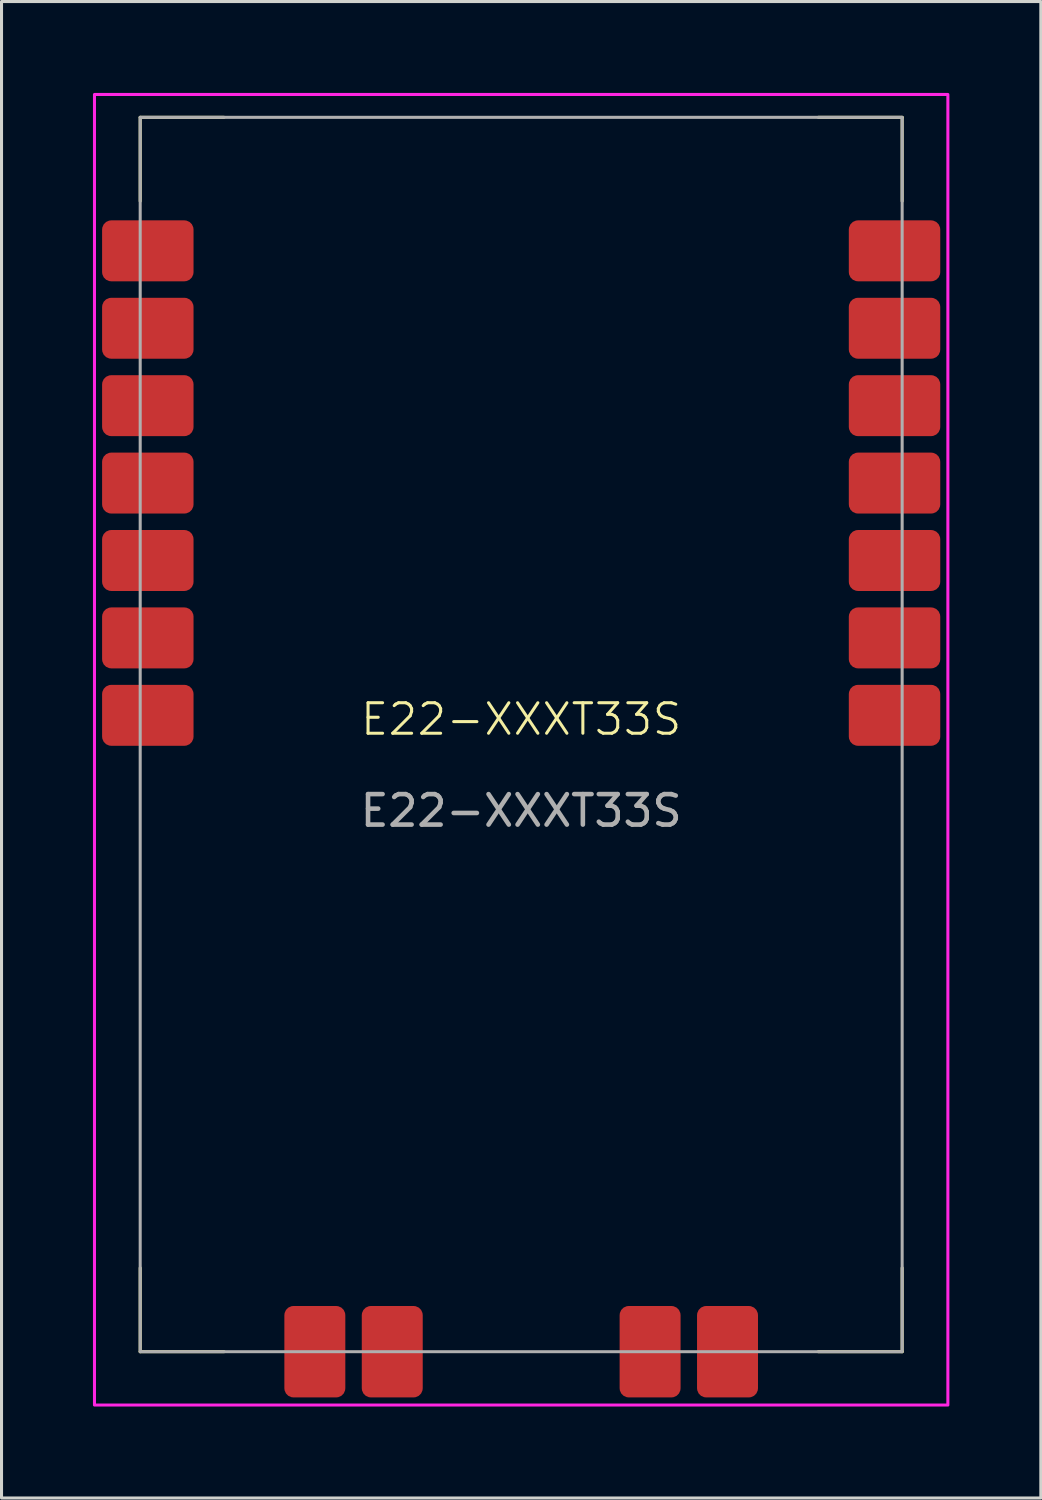
<source format=kicad_pcb>
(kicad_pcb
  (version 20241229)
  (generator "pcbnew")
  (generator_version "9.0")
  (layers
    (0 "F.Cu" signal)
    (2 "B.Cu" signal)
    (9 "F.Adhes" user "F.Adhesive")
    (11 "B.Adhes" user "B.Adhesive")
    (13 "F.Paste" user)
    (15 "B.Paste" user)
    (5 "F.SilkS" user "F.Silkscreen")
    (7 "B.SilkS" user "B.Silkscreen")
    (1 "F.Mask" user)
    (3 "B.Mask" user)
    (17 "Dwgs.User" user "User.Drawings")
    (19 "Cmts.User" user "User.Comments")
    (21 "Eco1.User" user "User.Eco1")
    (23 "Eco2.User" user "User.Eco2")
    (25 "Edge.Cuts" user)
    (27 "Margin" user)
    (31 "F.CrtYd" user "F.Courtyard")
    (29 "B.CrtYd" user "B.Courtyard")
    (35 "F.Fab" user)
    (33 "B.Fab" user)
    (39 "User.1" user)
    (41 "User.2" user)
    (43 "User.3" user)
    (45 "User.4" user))
  (footprint "E22-XXXT33S"
    (layer "F.Cu")
    (at 14.05 21.05)
    (property "Reference" "E22-XXXT33S" (at 0 -0.5 0) (unlocked yes) (layer "F.SilkS") (effects (font (size 1 1) (thickness 0.1))))
    (attr smd)
    (fp_line (start -12.5 -20.25) (end -12.5 -17.5) (stroke (width 0.1) (type default)) (layer "F.SilkS"))
    (fp_line (start -12.5 -20.25) (end -9.75 -20.25) (stroke (width 0.1) (type default)) (layer "F.SilkS"))
    (fp_line (start -12.5 20.25) (end -12.5 17.5) (stroke (width 0.1) (type default)) (layer "F.SilkS"))
    (fp_line (start -12.5 20.25) (end -9.75 20.25) (stroke (width 0.1) (type default)) (layer "F.SilkS"))
    (fp_line (start 12.5 -20.25) (end 9.75 -20.25) (stroke (width 0.1) (type default)) (layer "F.SilkS"))
    (fp_line (start 12.5 -20.25) (end 12.5 -17.5) (stroke (width 0.1) (type default)) (layer "F.SilkS"))
    (fp_line (start 12.5 20.25) (end 9.75 20.25) (stroke (width 0.1) (type default)) (layer "F.SilkS"))
    (fp_line (start 12.5 20.25) (end 12.5 17.5) (stroke (width 0.1) (type default)) (layer "F.SilkS"))
    (fp_rect (start -14 -21) (end 14 22) (stroke (width 0.1) (type solid)) (fill no) (layer "F.CrtYd"))
    (fp_rect (start -12.5 -20.25) (end 12.5 20.25) (stroke (width 0.1) (type solid)) (fill no) (layer "F.Fab"))
    (fp_text user "${REFERENCE}" (at 0 2.5 0) (unlocked yes) (layer "F.Fab") (effects (font (size 1 1) (thickness 0.15))))
    (pad "1" smd roundrect (at -12.25 -15.87) (size 3 2) (layers "F.Cu" "F.Mask" "F.Paste") (roundrect_rratio 0.15))
    (pad "2" smd roundrect (at -12.25 -13.33) (size 3 2) (layers "F.Cu" "F.Mask" "F.Paste") (roundrect_rratio 0.15))
    (pad "3" smd roundrect (at -12.25 -10.79) (size 3 2) (layers "F.Cu" "F.Mask" "F.Paste") (roundrect_rratio 0.15))
    (pad "4" smd roundrect (at -12.25 -8.25) (size 3 2) (layers "F.Cu" "F.Mask" "F.Paste") (roundrect_rratio 0.15))
    (pad "5" smd roundrect (at -12.25 -5.71) (size 3 2) (layers "F.Cu" "F.Mask" "F.Paste") (roundrect_rratio 0.15))
    (pad "6" smd roundrect (at -12.25 -3.17) (size 3 2) (layers "F.Cu" "F.Mask" "F.Paste") (roundrect_rratio 0.15))
    (pad "7" smd roundrect (at -12.25 -0.63) (size 3 2) (layers "F.Cu" "F.Mask" "F.Paste") (roundrect_rratio 0.15))
    (pad "11" smd roundrect (at -6.77 20.25 90) (size 3 2) (layers "F.Cu" "F.Mask" "F.Paste") (roundrect_rratio 0.15))
    (pad "12" smd roundrect (at -4.23 20.25 90) (size 3 2) (layers "F.Cu" "F.Mask" "F.Paste") (roundrect_rratio 0.15))
    (pad "13" smd roundrect (at 4.23 20.25 90) (size 3 2) (layers "F.Cu" "F.Mask" "F.Paste") (roundrect_rratio 0.15))
    (pad "14" smd roundrect (at 6.77 20.25 90) (size 3 2) (layers "F.Cu" "F.Mask" "F.Paste") (roundrect_rratio 0.15))
    (pad "18" smd roundrect (at 12.25 -0.63) (size 3 2) (layers "F.Cu" "F.Mask" "F.Paste") (roundrect_rratio 0.15))
    (pad "19" smd roundrect (at 12.25 -3.17) (size 3 2) (layers "F.Cu" "F.Mask" "F.Paste") (roundrect_rratio 0.15))
    (pad "20" smd roundrect (at 12.25 -5.71) (size 3 2) (layers "F.Cu" "F.Mask" "F.Paste") (roundrect_rratio 0.15))
    (pad "21" smd roundrect (at 12.25 -8.25) (size 3 2) (layers "F.Cu" "F.Mask" "F.Paste") (roundrect_rratio 0.15))
    (pad "22" smd roundrect (at 12.25 -10.79) (size 3 2) (layers "F.Cu" "F.Mask" "F.Paste") (roundrect_rratio 0.15))
    (pad "23" smd roundrect (at 12.25 -13.33) (size 3 2) (layers "F.Cu" "F.Mask" "F.Paste") (roundrect_rratio 0.15))
    (pad "24" smd roundrect (at 12.25 -15.87) (size 3 2) (layers "F.Cu" "F.Mask" "F.Paste") (roundrect_rratio 0.15)))
  (gr_rect
    (start -3 -3)
    (end 31.1 46.1)
    (stroke (width 0.1) (type default))
    (fill no)
    (layer "Edge.Cuts")))
</source>
